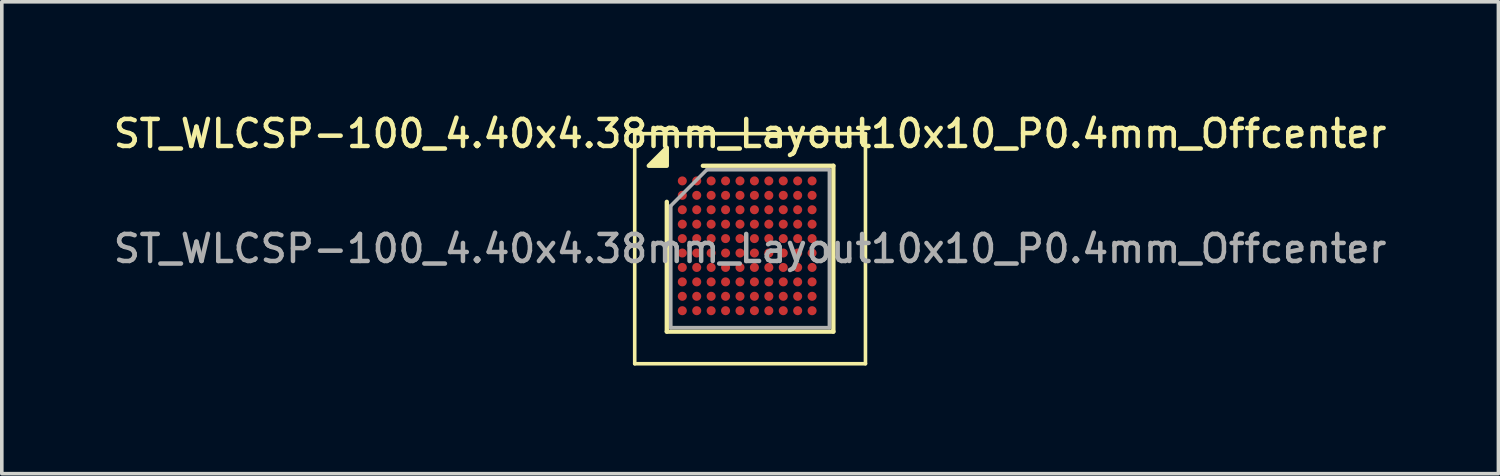
<source format=kicad_pcb>
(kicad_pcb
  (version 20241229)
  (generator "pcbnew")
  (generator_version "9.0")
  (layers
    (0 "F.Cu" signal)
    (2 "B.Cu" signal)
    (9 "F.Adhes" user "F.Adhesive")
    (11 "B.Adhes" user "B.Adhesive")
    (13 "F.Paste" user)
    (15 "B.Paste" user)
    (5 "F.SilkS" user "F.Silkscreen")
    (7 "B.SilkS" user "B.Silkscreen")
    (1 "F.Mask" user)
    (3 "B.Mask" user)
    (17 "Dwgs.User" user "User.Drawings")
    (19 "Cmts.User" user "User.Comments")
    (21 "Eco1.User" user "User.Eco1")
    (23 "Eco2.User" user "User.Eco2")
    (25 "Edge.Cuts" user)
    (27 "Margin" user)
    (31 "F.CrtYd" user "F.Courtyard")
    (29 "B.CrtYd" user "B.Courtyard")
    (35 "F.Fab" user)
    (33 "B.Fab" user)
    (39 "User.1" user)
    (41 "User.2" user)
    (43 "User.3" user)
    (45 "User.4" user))
  (footprint "ST_WLCSP-100_4.40x4.38mm_Layout10x10_P0.4mm_Offcenter"
    (layer "F.Cu")
    (at 17.755 3.848)
    (property "Reference" "ST_WLCSP-100_4.40x4.38mm_Layout10x10_P0.4mm_Offcenter" (at 0 -3.19 0) (layer "F.SilkS") (effects (font (size 0.75 0.75) (thickness 0.125))))
    (attr smd)
    (fp_line (start -3.2 -3.19) (end -3.2 3.19) (stroke (width 0.1) (type solid)) (layer "F.SilkS"))
    (fp_line (start -3.2 3.19) (end 3.2 3.19) (stroke (width 0.1) (type solid)) (layer "F.SilkS"))
    (fp_line (start -2.31 2.3) (end -2.31 -1.3) (stroke (width 0.12) (type solid)) (layer "F.SilkS"))
    (fp_line (start -1.31 -2.3) (end 2.31 -2.3) (stroke (width 0.12) (type solid)) (layer "F.SilkS"))
    (fp_line (start 2.31 -2.3) (end 2.31 2.3) (stroke (width 0.12) (type solid)) (layer "F.SilkS"))
    (fp_line (start 2.31 2.3) (end -2.31 2.3) (stroke (width 0.12) (type solid)) (layer "F.SilkS"))
    (fp_line (start 3.2 -3.19) (end -3.2 -3.19) (stroke (width 0.1) (type solid)) (layer "F.SilkS"))
    (fp_line (start 3.2 3.19) (end 3.2 -3.19) (stroke (width 0.1) (type solid)) (layer "F.SilkS"))
    (fp_poly (pts (xy -2.31 -2.3) (xy -2.81 -2.3) (xy -2.31 -2.8) (xy -2.31 -2.3)) (stroke (width 0.12) (type solid)) (fill yes) (layer "F.SilkS"))
    (fp_line (start -2.2 -1.19) (end -1.2 -2.19) (stroke (width 0.1) (type solid)) (layer "F.Fab"))
    (fp_line (start -2.2 2.19) (end -2.2 -1.19) (stroke (width 0.1) (type solid)) (layer "F.Fab"))
    (fp_line (start -1.2 -2.19) (end 2.2 -2.19) (stroke (width 0.1) (type solid)) (layer "F.Fab"))
    (fp_line (start 2.2 -2.19) (end 2.2 2.19) (stroke (width 0.1) (type solid)) (layer "F.Fab"))
    (fp_line (start 2.2 2.19) (end -2.2 2.19) (stroke (width 0.1) (type solid)) (layer "F.Fab"))
    (fp_text user "${REFERENCE}" (at 0 0 0) (layer "F.Fab") (effects (font (size 0.75 0.75) (thickness 0.125))))
    (pad "A1" smd circle (at -1.88 -1.88) (size 0.25 0.25) (property pad_prop_bga) (layers "F.Cu" "F.Mask" "F.Paste"))
    (pad "A2" smd circle (at -1.48 -1.88) (size 0.25 0.25) (property pad_prop_bga) (layers "F.Cu" "F.Mask" "F.Paste"))
    (pad "A3" smd circle (at -1.08 -1.88) (size 0.25 0.25) (property pad_prop_bga) (layers "F.Cu" "F.Mask" "F.Paste"))
    (pad "A4" smd circle (at -0.68 -1.88) (size 0.25 0.25) (property pad_prop_bga) (layers "F.Cu" "F.Mask" "F.Paste"))
    (pad "A5" smd circle (at -0.28 -1.88) (size 0.25 0.25) (property pad_prop_bga) (layers "F.Cu" "F.Mask" "F.Paste"))
    (pad "A6" smd circle (at 0.12 -1.88) (size 0.25 0.25) (property pad_prop_bga) (layers "F.Cu" "F.Mask" "F.Paste"))
    (pad "A7" smd circle (at 0.52 -1.88) (size 0.25 0.25) (property pad_prop_bga) (layers "F.Cu" "F.Mask" "F.Paste"))
    (pad "A8" smd circle (at 0.92 -1.88) (size 0.25 0.25) (property pad_prop_bga) (layers "F.Cu" "F.Mask" "F.Paste"))
    (pad "A9" smd circle (at 1.32 -1.88) (size 0.25 0.25) (property pad_prop_bga) (layers "F.Cu" "F.Mask" "F.Paste"))
    (pad "A10" smd circle (at 1.72 -1.88) (size 0.25 0.25) (property pad_prop_bga) (layers "F.Cu" "F.Mask" "F.Paste"))
    (pad "B1" smd circle (at -1.88 -1.48) (size 0.25 0.25) (property pad_prop_bga) (layers "F.Cu" "F.Mask" "F.Paste"))
    (pad "B2" smd circle (at -1.48 -1.48) (size 0.25 0.25) (property pad_prop_bga) (layers "F.Cu" "F.Mask" "F.Paste"))
    (pad "B3" smd circle (at -1.08 -1.48) (size 0.25 0.25) (property pad_prop_bga) (layers "F.Cu" "F.Mask" "F.Paste"))
    (pad "B4" smd circle (at -0.68 -1.48) (size 0.25 0.25) (property pad_prop_bga) (layers "F.Cu" "F.Mask" "F.Paste"))
    (pad "B5" smd circle (at -0.28 -1.48) (size 0.25 0.25) (property pad_prop_bga) (layers "F.Cu" "F.Mask" "F.Paste"))
    (pad "B6" smd circle (at 0.12 -1.48) (size 0.25 0.25) (property pad_prop_bga) (layers "F.Cu" "F.Mask" "F.Paste"))
    (pad "B7" smd circle (at 0.52 -1.48) (size 0.25 0.25) (property pad_prop_bga) (layers "F.Cu" "F.Mask" "F.Paste"))
    (pad "B8" smd circle (at 0.92 -1.48) (size 0.25 0.25) (property pad_prop_bga) (layers "F.Cu" "F.Mask" "F.Paste"))
    (pad "B9" smd circle (at 1.32 -1.48) (size 0.25 0.25) (property pad_prop_bga) (layers "F.Cu" "F.Mask" "F.Paste"))
    (pad "B10" smd circle (at 1.72 -1.48) (size 0.25 0.25) (property pad_prop_bga) (layers "F.Cu" "F.Mask" "F.Paste"))
    (pad "C1" smd circle (at -1.88 -1.08) (size 0.25 0.25) (property pad_prop_bga) (layers "F.Cu" "F.Mask" "F.Paste"))
    (pad "C2" smd circle (at -1.48 -1.08) (size 0.25 0.25) (property pad_prop_bga) (layers "F.Cu" "F.Mask" "F.Paste"))
    (pad "C3" smd circle (at -1.08 -1.08) (size 0.25 0.25) (property pad_prop_bga) (layers "F.Cu" "F.Mask" "F.Paste"))
    (pad "C4" smd circle (at -0.68 -1.08) (size 0.25 0.25) (property pad_prop_bga) (layers "F.Cu" "F.Mask" "F.Paste"))
    (pad "C5" smd circle (at -0.28 -1.08) (size 0.25 0.25) (property pad_prop_bga) (layers "F.Cu" "F.Mask" "F.Paste"))
    (pad "C6" smd circle (at 0.12 -1.08) (size 0.25 0.25) (property pad_prop_bga) (layers "F.Cu" "F.Mask" "F.Paste"))
    (pad "C7" smd circle (at 0.52 -1.08) (size 0.25 0.25) (property pad_prop_bga) (layers "F.Cu" "F.Mask" "F.Paste"))
    (pad "C8" smd circle (at 0.92 -1.08) (size 0.25 0.25) (property pad_prop_bga) (layers "F.Cu" "F.Mask" "F.Paste"))
    (pad "C9" smd circle (at 1.32 -1.08) (size 0.25 0.25) (property pad_prop_bga) (layers "F.Cu" "F.Mask" "F.Paste"))
    (pad "C10" smd circle (at 1.72 -1.08) (size 0.25 0.25) (property pad_prop_bga) (layers "F.Cu" "F.Mask" "F.Paste"))
    (pad "D1" smd circle (at -1.88 -0.68) (size 0.25 0.25) (property pad_prop_bga) (layers "F.Cu" "F.Mask" "F.Paste"))
    (pad "D2" smd circle (at -1.48 -0.68) (size 0.25 0.25) (property pad_prop_bga) (layers "F.Cu" "F.Mask" "F.Paste"))
    (pad "D3" smd circle (at -1.08 -0.68) (size 0.25 0.25) (property pad_prop_bga) (layers "F.Cu" "F.Mask" "F.Paste"))
    (pad "D4" smd circle (at -0.68 -0.68) (size 0.25 0.25) (property pad_prop_bga) (layers "F.Cu" "F.Mask" "F.Paste"))
    (pad "D5" smd circle (at -0.28 -0.68) (size 0.25 0.25) (property pad_prop_bga) (layers "F.Cu" "F.Mask" "F.Paste"))
    (pad "D6" smd circle (at 0.12 -0.68) (size 0.25 0.25) (property pad_prop_bga) (layers "F.Cu" "F.Mask" "F.Paste"))
    (pad "D7" smd circle (at 0.52 -0.68) (size 0.25 0.25) (property pad_prop_bga) (layers "F.Cu" "F.Mask" "F.Paste"))
    (pad "D8" smd circle (at 0.92 -0.68) (size 0.25 0.25) (property pad_prop_bga) (layers "F.Cu" "F.Mask" "F.Paste"))
    (pad "D9" smd circle (at 1.32 -0.68) (size 0.25 0.25) (property pad_prop_bga) (layers "F.Cu" "F.Mask" "F.Paste"))
    (pad "D10" smd circle (at 1.72 -0.68) (size 0.25 0.25) (property pad_prop_bga) (layers "F.Cu" "F.Mask" "F.Paste"))
    (pad "E1" smd circle (at -1.88 -0.28) (size 0.25 0.25) (property pad_prop_bga) (layers "F.Cu" "F.Mask" "F.Paste"))
    (pad "E2" smd circle (at -1.48 -0.28) (size 0.25 0.25) (property pad_prop_bga) (layers "F.Cu" "F.Mask" "F.Paste"))
    (pad "E3" smd circle (at -1.08 -0.28) (size 0.25 0.25) (property pad_prop_bga) (layers "F.Cu" "F.Mask" "F.Paste"))
    (pad "E4" smd circle (at -0.68 -0.28) (size 0.25 0.25) (property pad_prop_bga) (layers "F.Cu" "F.Mask" "F.Paste"))
    (pad "E5" smd circle (at -0.28 -0.28) (size 0.25 0.25) (property pad_prop_bga) (layers "F.Cu" "F.Mask" "F.Paste"))
    (pad "E6" smd circle (at 0.12 -0.28) (size 0.25 0.25) (property pad_prop_bga) (layers "F.Cu" "F.Mask" "F.Paste"))
    (pad "E7" smd circle (at 0.52 -0.28) (size 0.25 0.25) (property pad_prop_bga) (layers "F.Cu" "F.Mask" "F.Paste"))
    (pad "E8" smd circle (at 0.92 -0.28) (size 0.25 0.25) (property pad_prop_bga) (layers "F.Cu" "F.Mask" "F.Paste"))
    (pad "E9" smd circle (at 1.32 -0.28) (size 0.25 0.25) (property pad_prop_bga) (layers "F.Cu" "F.Mask" "F.Paste"))
    (pad "E10" smd circle (at 1.72 -0.28) (size 0.25 0.25) (property pad_prop_bga) (layers "F.Cu" "F.Mask" "F.Paste"))
    (pad "F1" smd circle (at -1.88 0.12) (size 0.25 0.25) (property pad_prop_bga) (layers "F.Cu" "F.Mask" "F.Paste"))
    (pad "F2" smd circle (at -1.48 0.12) (size 0.25 0.25) (property pad_prop_bga) (layers "F.Cu" "F.Mask" "F.Paste"))
    (pad "F3" smd circle (at -1.08 0.12) (size 0.25 0.25) (property pad_prop_bga) (layers "F.Cu" "F.Mask" "F.Paste"))
    (pad "F4" smd circle (at -0.68 0.12) (size 0.25 0.25) (property pad_prop_bga) (layers "F.Cu" "F.Mask" "F.Paste"))
    (pad "F5" smd circle (at -0.28 0.12) (size 0.25 0.25) (property pad_prop_bga) (layers "F.Cu" "F.Mask" "F.Paste"))
    (pad "F6" smd circle (at 0.12 0.12) (size 0.25 0.25) (property pad_prop_bga) (layers "F.Cu" "F.Mask" "F.Paste"))
    (pad "F7" smd circle (at 0.52 0.12) (size 0.25 0.25) (property pad_prop_bga) (layers "F.Cu" "F.Mask" "F.Paste"))
    (pad "F8" smd circle (at 0.92 0.12) (size 0.25 0.25) (property pad_prop_bga) (layers "F.Cu" "F.Mask" "F.Paste"))
    (pad "F9" smd circle (at 1.32 0.12) (size 0.25 0.25) (property pad_prop_bga) (layers "F.Cu" "F.Mask" "F.Paste"))
    (pad "F10" smd circle (at 1.72 0.12) (size 0.25 0.25) (property pad_prop_bga) (layers "F.Cu" "F.Mask" "F.Paste"))
    (pad "G1" smd circle (at -1.88 0.52) (size 0.25 0.25) (property pad_prop_bga) (layers "F.Cu" "F.Mask" "F.Paste"))
    (pad "G2" smd circle (at -1.48 0.52) (size 0.25 0.25) (property pad_prop_bga) (layers "F.Cu" "F.Mask" "F.Paste"))
    (pad "G3" smd circle (at -1.08 0.52) (size 0.25 0.25) (property pad_prop_bga) (layers "F.Cu" "F.Mask" "F.Paste"))
    (pad "G4" smd circle (at -0.68 0.52) (size 0.25 0.25) (property pad_prop_bga) (layers "F.Cu" "F.Mask" "F.Paste"))
    (pad "G5" smd circle (at -0.28 0.52) (size 0.25 0.25) (property pad_prop_bga) (layers "F.Cu" "F.Mask" "F.Paste"))
    (pad "G6" smd circle (at 0.12 0.52) (size 0.25 0.25) (property pad_prop_bga) (layers "F.Cu" "F.Mask" "F.Paste"))
    (pad "G7" smd circle (at 0.52 0.52) (size 0.25 0.25) (property pad_prop_bga) (layers "F.Cu" "F.Mask" "F.Paste"))
    (pad "G8" smd circle (at 0.92 0.52) (size 0.25 0.25) (property pad_prop_bga) (layers "F.Cu" "F.Mask" "F.Paste"))
    (pad "G9" smd circle (at 1.32 0.52) (size 0.25 0.25) (property pad_prop_bga) (layers "F.Cu" "F.Mask" "F.Paste"))
    (pad "G10" smd circle (at 1.72 0.52) (size 0.25 0.25) (property pad_prop_bga) (layers "F.Cu" "F.Mask" "F.Paste"))
    (pad "H1" smd circle (at -1.88 0.92) (size 0.25 0.25) (property pad_prop_bga) (layers "F.Cu" "F.Mask" "F.Paste"))
    (pad "H2" smd circle (at -1.48 0.92) (size 0.25 0.25) (property pad_prop_bga) (layers "F.Cu" "F.Mask" "F.Paste"))
    (pad "H3" smd circle (at -1.08 0.92) (size 0.25 0.25) (property pad_prop_bga) (layers "F.Cu" "F.Mask" "F.Paste"))
    (pad "H4" smd circle (at -0.68 0.92) (size 0.25 0.25) (property pad_prop_bga) (layers "F.Cu" "F.Mask" "F.Paste"))
    (pad "H5" smd circle (at -0.28 0.92) (size 0.25 0.25) (property pad_prop_bga) (layers "F.Cu" "F.Mask" "F.Paste"))
    (pad "H6" smd circle (at 0.12 0.92) (size 0.25 0.25) (property pad_prop_bga) (layers "F.Cu" "F.Mask" "F.Paste"))
    (pad "H7" smd circle (at 0.52 0.92) (size 0.25 0.25) (property pad_prop_bga) (layers "F.Cu" "F.Mask" "F.Paste"))
    (pad "H8" smd circle (at 0.92 0.92) (size 0.25 0.25) (property pad_prop_bga) (layers "F.Cu" "F.Mask" "F.Paste"))
    (pad "H9" smd circle (at 1.32 0.92) (size 0.25 0.25) (property pad_prop_bga) (layers "F.Cu" "F.Mask" "F.Paste"))
    (pad "H10" smd circle (at 1.72 0.92) (size 0.25 0.25) (property pad_prop_bga) (layers "F.Cu" "F.Mask" "F.Paste"))
    (pad "J1" smd circle (at -1.88 1.32) (size 0.25 0.25) (property pad_prop_bga) (layers "F.Cu" "F.Mask" "F.Paste"))
    (pad "J2" smd circle (at -1.48 1.32) (size 0.25 0.25) (property pad_prop_bga) (layers "F.Cu" "F.Mask" "F.Paste"))
    (pad "J3" smd circle (at -1.08 1.32) (size 0.25 0.25) (property pad_prop_bga) (layers "F.Cu" "F.Mask" "F.Paste"))
    (pad "J4" smd circle (at -0.68 1.32) (size 0.25 0.25) (property pad_prop_bga) (layers "F.Cu" "F.Mask" "F.Paste"))
    (pad "J5" smd circle (at -0.28 1.32) (size 0.25 0.25) (property pad_prop_bga) (layers "F.Cu" "F.Mask" "F.Paste"))
    (pad "J6" smd circle (at 0.12 1.32) (size 0.25 0.25) (property pad_prop_bga) (layers "F.Cu" "F.Mask" "F.Paste"))
    (pad "J7" smd circle (at 0.52 1.32) (size 0.25 0.25) (property pad_prop_bga) (layers "F.Cu" "F.Mask" "F.Paste"))
    (pad "J8" smd circle (at 0.92 1.32) (size 0.25 0.25) (property pad_prop_bga) (layers "F.Cu" "F.Mask" "F.Paste"))
    (pad "J9" smd circle (at 1.32 1.32) (size 0.25 0.25) (property pad_prop_bga) (layers "F.Cu" "F.Mask" "F.Paste"))
    (pad "J10" smd circle (at 1.72 1.32) (size 0.25 0.25) (property pad_prop_bga) (layers "F.Cu" "F.Mask" "F.Paste"))
    (pad "K1" smd circle (at -1.88 1.72) (size 0.25 0.25) (property pad_prop_bga) (layers "F.Cu" "F.Mask" "F.Paste"))
    (pad "K2" smd circle (at -1.48 1.72) (size 0.25 0.25) (property pad_prop_bga) (layers "F.Cu" "F.Mask" "F.Paste"))
    (pad "K3" smd circle (at -1.08 1.72) (size 0.25 0.25) (property pad_prop_bga) (layers "F.Cu" "F.Mask" "F.Paste"))
    (pad "K4" smd circle (at -0.68 1.72) (size 0.25 0.25) (property pad_prop_bga) (layers "F.Cu" "F.Mask" "F.Paste"))
    (pad "K5" smd circle (at -0.28 1.72) (size 0.25 0.25) (property pad_prop_bga) (layers "F.Cu" "F.Mask" "F.Paste"))
    (pad "K6" smd circle (at 0.12 1.72) (size 0.25 0.25) (property pad_prop_bga) (layers "F.Cu" "F.Mask" "F.Paste"))
    (pad "K7" smd circle (at 0.52 1.72) (size 0.25 0.25) (property pad_prop_bga) (layers "F.Cu" "F.Mask" "F.Paste"))
    (pad "K8" smd circle (at 0.92 1.72) (size 0.25 0.25) (property pad_prop_bga) (layers "F.Cu" "F.Mask" "F.Paste"))
    (pad "K9" smd circle (at 1.32 1.72) (size 0.25 0.25) (property pad_prop_bga) (layers "F.Cu" "F.Mask" "F.Paste"))
    (pad "K10" smd circle (at 1.72 1.72) (size 0.25 0.25) (property pad_prop_bga) (layers "F.Cu" "F.Mask" "F.Paste")))
  (gr_rect
    (start -3 -3)
    (end 38.511 10.088)
    (stroke (width 0.1) (type default))
    (fill no)
    (layer "Edge.Cuts")))
</source>
